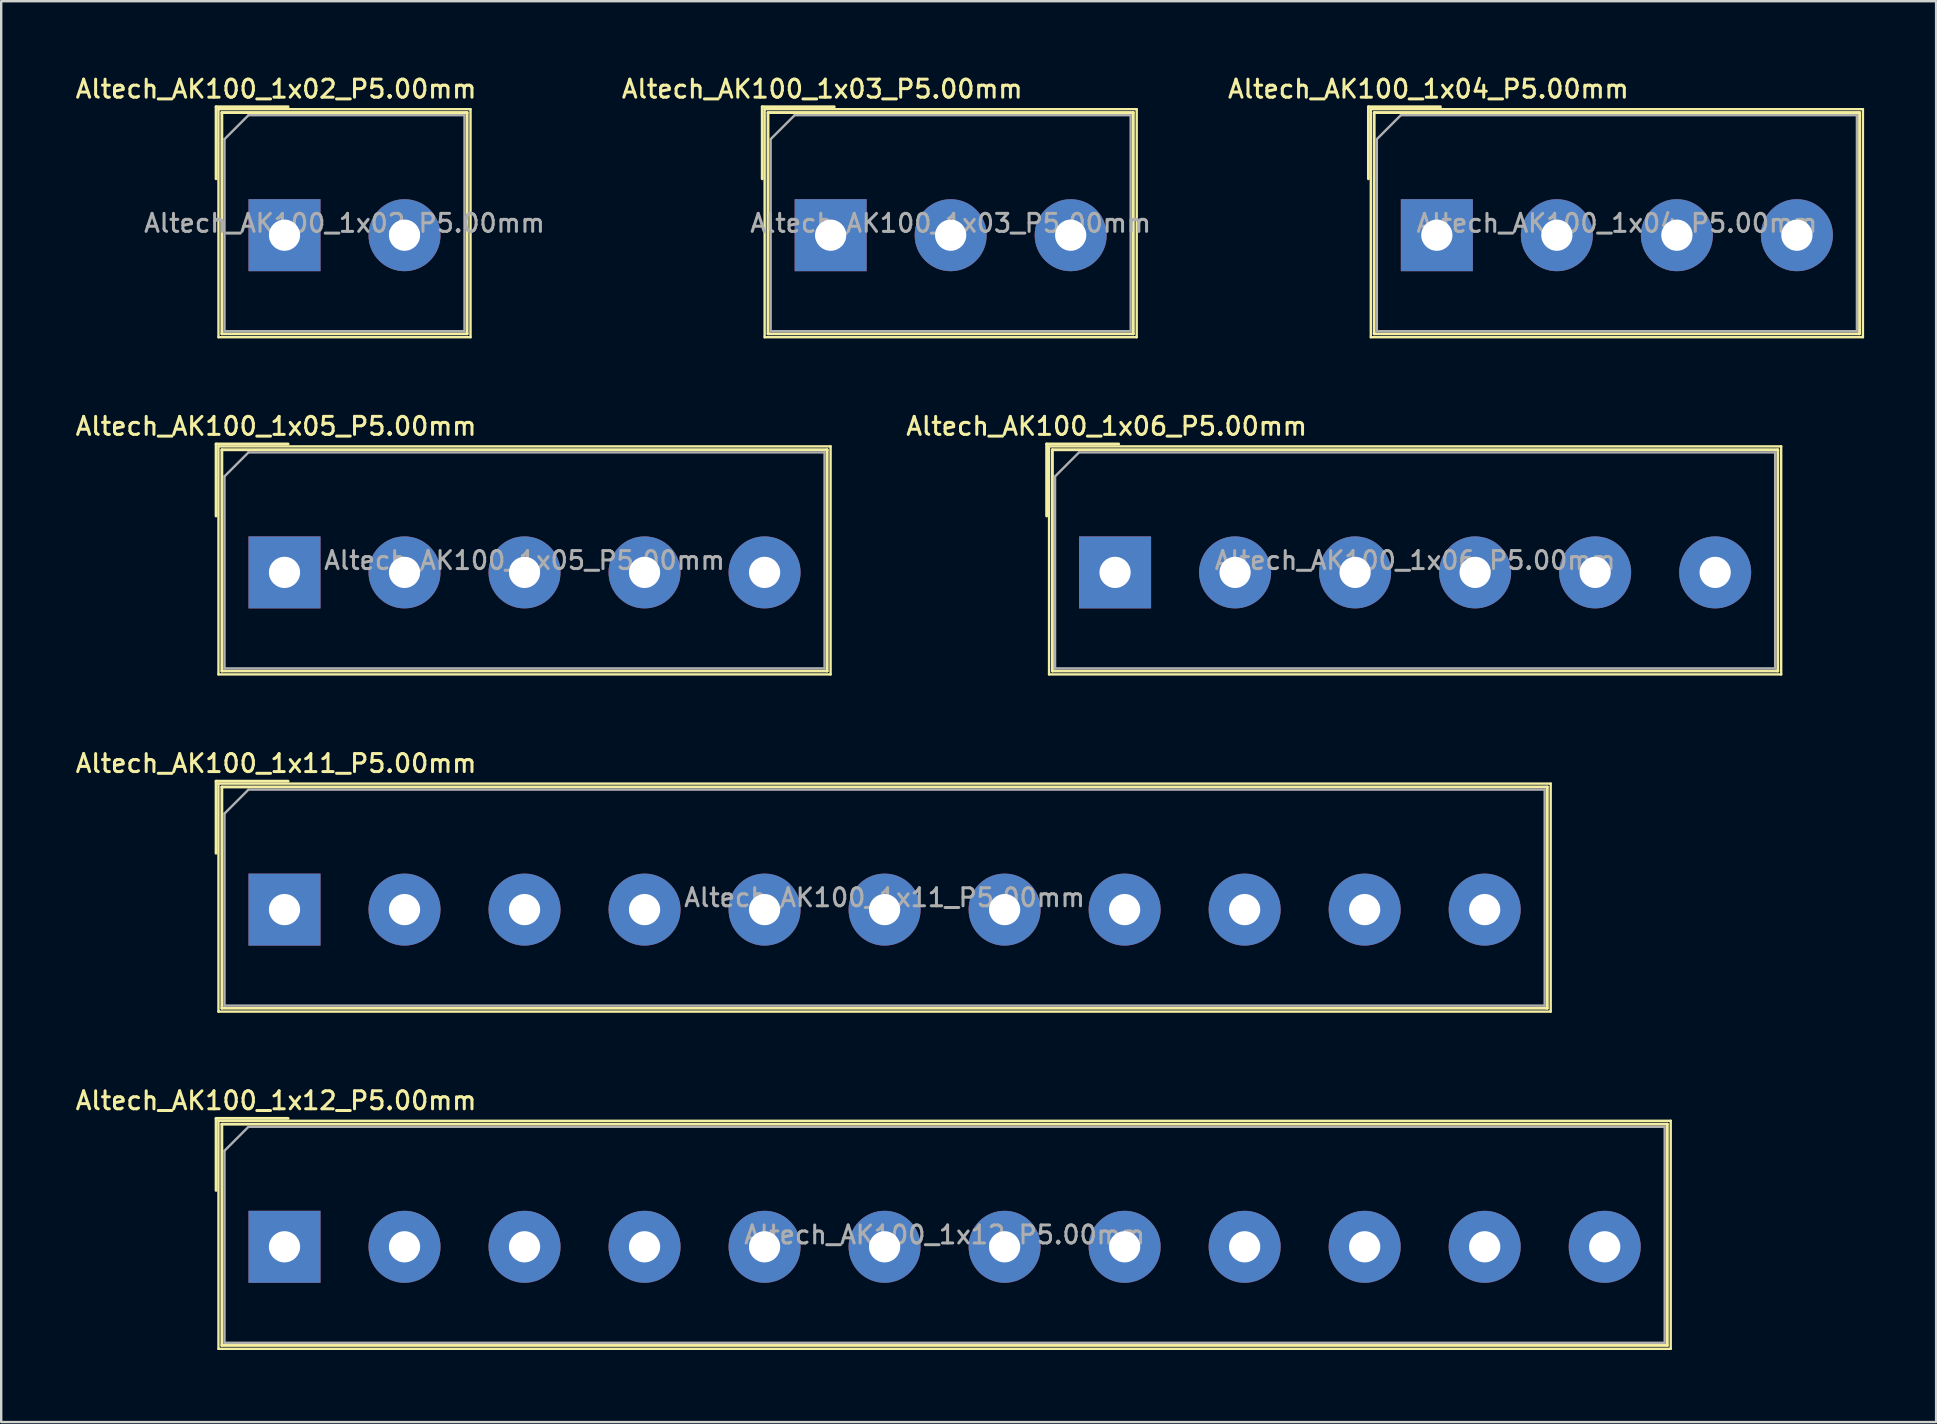
<source format=kicad_pcb>
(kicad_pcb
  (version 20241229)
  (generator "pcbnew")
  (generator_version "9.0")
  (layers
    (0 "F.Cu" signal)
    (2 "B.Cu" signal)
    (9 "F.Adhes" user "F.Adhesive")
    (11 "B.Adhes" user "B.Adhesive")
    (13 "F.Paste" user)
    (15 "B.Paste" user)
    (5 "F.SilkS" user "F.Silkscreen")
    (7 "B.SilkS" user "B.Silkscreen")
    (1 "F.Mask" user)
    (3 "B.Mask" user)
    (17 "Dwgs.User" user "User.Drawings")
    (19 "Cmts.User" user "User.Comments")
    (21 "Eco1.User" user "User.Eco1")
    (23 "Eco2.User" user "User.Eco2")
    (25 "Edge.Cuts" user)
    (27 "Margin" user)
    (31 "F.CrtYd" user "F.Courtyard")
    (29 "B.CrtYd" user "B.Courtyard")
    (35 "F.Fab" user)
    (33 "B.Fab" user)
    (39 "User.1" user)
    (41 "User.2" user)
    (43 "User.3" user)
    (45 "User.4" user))
  (footprint "Altech_AK100_1x02_P5.00mm"
    (layer "F.Cu")
    (at 8.802 6.748)
    (property "Reference" "Altech_AK100_1x02_P5.00mm" (at -0.35 -6.09 0) (layer "F.SilkS") (effects (font (size 0.75 0.75) (thickness 0.125))))
    (attr through_hole)
    (fp_line (start -2.85 -5.35) (end 0.15 -5.35) (stroke (width 0.12) (type solid)) (layer "F.SilkS"))
    (fp_line (start -2.85 -2.35) (end -2.85 -5.35) (stroke (width 0.12) (type solid)) (layer "F.SilkS"))
    (fp_line (start -2.75 -5.25) (end -2.75 4.25) (stroke (width 0.1) (type solid)) (layer "F.SilkS"))
    (fp_line (start -2.75 -5.25) (end 7.75 -5.25) (stroke (width 0.1) (type solid)) (layer "F.SilkS"))
    (fp_line (start -2.75 4.25) (end 7.75 4.25) (stroke (width 0.1) (type solid)) (layer "F.SilkS"))
    (fp_line (start -2.61 -5.11) (end -2.61 4.11) (stroke (width 0.12) (type solid)) (layer "F.SilkS"))
    (fp_line (start -2.61 -5.11) (end 7.61 -5.11) (stroke (width 0.12) (type solid)) (layer "F.SilkS"))
    (fp_line (start -2.61 4.11) (end 7.61 4.11) (stroke (width 0.12) (type solid)) (layer "F.SilkS"))
    (fp_line (start 7.61 -5.11) (end 7.61 4.11) (stroke (width 0.12) (type solid)) (layer "F.SilkS"))
    (fp_line (start 7.75 -5.25) (end 7.75 4.25) (stroke (width 0.1) (type solid)) (layer "F.SilkS"))
    (fp_line (start -2.5 -4) (end -1.5 -5) (stroke (width 0.1) (type solid)) (layer "F.Fab"))
    (fp_line (start -2.5 4) (end -2.5 -4) (stroke (width 0.1) (type solid)) (layer "F.Fab"))
    (fp_line (start -1.5 -5) (end 7.5 -5) (stroke (width 0.1) (type solid)) (layer "F.Fab"))
    (fp_line (start 7.5 -5) (end 7.5 4) (stroke (width 0.1) (type solid)) (layer "F.Fab"))
    (fp_line (start 7.5 4) (end -2.5 4) (stroke (width 0.1) (type solid)) (layer "F.Fab"))
    (fp_text user "${REFERENCE}" (at 2.5 -0.5 0) (layer "F.Fab") (effects (font (size 0.75 0.75) (thickness 0.125))))
    (pad "1" thru_hole rect (at 0 0) (size 3 3) (drill 1.3) (layers "*.Cu" "*.Mask"))
    (pad "2" thru_hole circle (at 5 0) (size 3 3) (drill 1.3) (layers "*.Cu" "*.Mask")))
  (footprint "Altech_AK100_1x04_P5.00mm"
    (layer "F.Cu")
    (at 56.809 6.748)
    (property "Reference" "Altech_AK100_1x04_P5.00mm" (at -0.35 -6.09 0) (layer "F.SilkS") (effects (font (size 0.75 0.75) (thickness 0.125))))
    (attr through_hole)
    (fp_line (start -2.85 -5.35) (end 0.15 -5.35) (stroke (width 0.12) (type solid)) (layer "F.SilkS"))
    (fp_line (start -2.85 -2.35) (end -2.85 -5.35) (stroke (width 0.12) (type solid)) (layer "F.SilkS"))
    (fp_line (start -2.75 -5.25) (end -2.75 4.25) (stroke (width 0.1) (type solid)) (layer "F.SilkS"))
    (fp_line (start -2.75 -5.25) (end 17.75 -5.25) (stroke (width 0.1) (type solid)) (layer "F.SilkS"))
    (fp_line (start -2.75 4.25) (end 17.75 4.25) (stroke (width 0.1) (type solid)) (layer "F.SilkS"))
    (fp_line (start -2.61 -5.11) (end -2.61 4.11) (stroke (width 0.12) (type solid)) (layer "F.SilkS"))
    (fp_line (start -2.61 -5.11) (end 17.61 -5.11) (stroke (width 0.12) (type solid)) (layer "F.SilkS"))
    (fp_line (start -2.61 4.11) (end 17.61 4.11) (stroke (width 0.12) (type solid)) (layer "F.SilkS"))
    (fp_line (start 17.61 -5.11) (end 17.61 4.11) (stroke (width 0.12) (type solid)) (layer "F.SilkS"))
    (fp_line (start 17.75 -5.25) (end 17.75 4.25) (stroke (width 0.1) (type solid)) (layer "F.SilkS"))
    (fp_line (start -2.5 -4) (end -1.5 -5) (stroke (width 0.1) (type solid)) (layer "F.Fab"))
    (fp_line (start -2.5 4) (end -2.5 -4) (stroke (width 0.1) (type solid)) (layer "F.Fab"))
    (fp_line (start -1.5 -5) (end 17.5 -5) (stroke (width 0.1) (type solid)) (layer "F.Fab"))
    (fp_line (start 17.5 -5) (end 17.5 4) (stroke (width 0.1) (type solid)) (layer "F.Fab"))
    (fp_line (start 17.5 4) (end -2.5 4) (stroke (width 0.1) (type solid)) (layer "F.Fab"))
    (fp_text user "${REFERENCE}" (at 7.5 -0.5 0) (layer "F.Fab") (effects (font (size 0.75 0.75) (thickness 0.125))))
    (pad "1" thru_hole rect (at 0 0) (size 3 3) (drill 1.3) (layers "*.Cu" "*.Mask"))
    (pad "2" thru_hole circle (at 5 0) (size 3 3) (drill 1.3) (layers "*.Cu" "*.Mask"))
    (pad "3" thru_hole circle (at 10 0) (size 3 3) (drill 1.3) (layers "*.Cu" "*.Mask"))
    (pad "4" thru_hole circle (at 15 0) (size 3 3) (drill 1.3) (layers "*.Cu" "*.Mask")))
  (footprint "Altech_AK100_1x11_P5.00mm"
    (layer "F.Cu")
    (at 8.802 34.844)
    (property "Reference" "Altech_AK100_1x11_P5.00mm" (at -0.35 -6.09 0) (layer "F.SilkS") (effects (font (size 0.75 0.75) (thickness 0.125))))
    (attr through_hole)
    (fp_line (start -2.85 -5.35) (end 0.15 -5.35) (stroke (width 0.12) (type solid)) (layer "F.SilkS"))
    (fp_line (start -2.85 -2.35) (end -2.85 -5.35) (stroke (width 0.12) (type solid)) (layer "F.SilkS"))
    (fp_line (start -2.75 -5.25) (end -2.75 4.25) (stroke (width 0.1) (type solid)) (layer "F.SilkS"))
    (fp_line (start -2.75 -5.25) (end 52.75 -5.25) (stroke (width 0.1) (type solid)) (layer "F.SilkS"))
    (fp_line (start -2.75 4.25) (end 52.75 4.25) (stroke (width 0.1) (type solid)) (layer "F.SilkS"))
    (fp_line (start -2.61 -5.11) (end -2.61 4.11) (stroke (width 0.12) (type solid)) (layer "F.SilkS"))
    (fp_line (start -2.61 -5.11) (end 52.61 -5.11) (stroke (width 0.12) (type solid)) (layer "F.SilkS"))
    (fp_line (start -2.61 4.11) (end 52.61 4.11) (stroke (width 0.12) (type solid)) (layer "F.SilkS"))
    (fp_line (start 52.61 -5.11) (end 52.61 4.11) (stroke (width 0.12) (type solid)) (layer "F.SilkS"))
    (fp_line (start 52.75 -5.25) (end 52.75 4.25) (stroke (width 0.1) (type solid)) (layer "F.SilkS"))
    (fp_line (start -2.5 -4) (end -1.5 -5) (stroke (width 0.1) (type solid)) (layer "F.Fab"))
    (fp_line (start -2.5 4) (end -2.5 -4) (stroke (width 0.1) (type solid)) (layer "F.Fab"))
    (fp_line (start -1.5 -5) (end 52.5 -5) (stroke (width 0.1) (type solid)) (layer "F.Fab"))
    (fp_line (start 52.5 -5) (end 52.5 4) (stroke (width 0.1) (type solid)) (layer "F.Fab"))
    (fp_line (start 52.5 4) (end -2.5 4) (stroke (width 0.1) (type solid)) (layer "F.Fab"))
    (fp_text user "${REFERENCE}" (at 25 -0.5 0) (layer "F.Fab") (effects (font (size 0.75 0.75) (thickness 0.125))))
    (pad "1" thru_hole rect (at 0 0) (size 3 3) (drill 1.3) (layers "*.Cu" "*.Mask"))
    (pad "2" thru_hole circle (at 5 0) (size 3 3) (drill 1.3) (layers "*.Cu" "*.Mask"))
    (pad "3" thru_hole circle (at 10 0) (size 3 3) (drill 1.3) (layers "*.Cu" "*.Mask"))
    (pad "4" thru_hole circle (at 15 0) (size 3 3) (drill 1.3) (layers "*.Cu" "*.Mask"))
    (pad "5" thru_hole circle (at 20 0) (size 3 3) (drill 1.3) (layers "*.Cu" "*.Mask"))
    (pad "6" thru_hole circle (at 25 0) (size 3 3) (drill 1.3) (layers "*.Cu" "*.Mask"))
    (pad "7" thru_hole circle (at 30 0) (size 3 3) (drill 1.3) (layers "*.Cu" "*.Mask"))
    (pad "8" thru_hole circle (at 35 0) (size 3 3) (drill 1.3) (layers "*.Cu" "*.Mask"))
    (pad "9" thru_hole circle (at 40 0) (size 3 3) (drill 1.3) (layers "*.Cu" "*.Mask"))
    (pad "10" thru_hole circle (at 45 0) (size 3 3) (drill 1.3) (layers "*.Cu" "*.Mask"))
    (pad "11" thru_hole circle (at 50 0) (size 3 3) (drill 1.3) (layers "*.Cu" "*.Mask")))
  (footprint "Altech_AK100_1x12_P5.00mm"
    (layer "F.Cu")
    (at 8.802 48.892)
    (property "Reference" "Altech_AK100_1x12_P5.00mm" (at -0.35 -6.09 0) (layer "F.SilkS") (effects (font (size 0.75 0.75) (thickness 0.125))))
    (attr through_hole)
    (fp_line (start -2.85 -5.35) (end 0.15 -5.35) (stroke (width 0.12) (type solid)) (layer "F.SilkS"))
    (fp_line (start -2.85 -2.35) (end -2.85 -5.35) (stroke (width 0.12) (type solid)) (layer "F.SilkS"))
    (fp_line (start -2.75 -5.25) (end -2.75 4.25) (stroke (width 0.1) (type solid)) (layer "F.SilkS"))
    (fp_line (start -2.75 -5.25) (end 57.75 -5.25) (stroke (width 0.1) (type solid)) (layer "F.SilkS"))
    (fp_line (start -2.75 4.25) (end 57.75 4.25) (stroke (width 0.1) (type solid)) (layer "F.SilkS"))
    (fp_line (start -2.61 -5.11) (end -2.61 4.11) (stroke (width 0.12) (type solid)) (layer "F.SilkS"))
    (fp_line (start -2.61 -5.11) (end 57.61 -5.11) (stroke (width 0.12) (type solid)) (layer "F.SilkS"))
    (fp_line (start -2.61 4.11) (end 57.61 4.11) (stroke (width 0.12) (type solid)) (layer "F.SilkS"))
    (fp_line (start 57.61 -5.11) (end 57.61 4.11) (stroke (width 0.12) (type solid)) (layer "F.SilkS"))
    (fp_line (start 57.75 -5.25) (end 57.75 4.25) (stroke (width 0.1) (type solid)) (layer "F.SilkS"))
    (fp_line (start -2.5 -4) (end -1.5 -5) (stroke (width 0.1) (type solid)) (layer "F.Fab"))
    (fp_line (start -2.5 4) (end -2.5 -4) (stroke (width 0.1) (type solid)) (layer "F.Fab"))
    (fp_line (start -1.5 -5) (end 57.5 -5) (stroke (width 0.1) (type solid)) (layer "F.Fab"))
    (fp_line (start 57.5 -5) (end 57.5 4) (stroke (width 0.1) (type solid)) (layer "F.Fab"))
    (fp_line (start 57.5 4) (end -2.5 4) (stroke (width 0.1) (type solid)) (layer "F.Fab"))
    (fp_text user "${REFERENCE}" (at 27.5 -0.5 0) (layer "F.Fab") (effects (font (size 0.75 0.75) (thickness 0.125))))
    (pad "1" thru_hole rect (at 0 0) (size 3 3) (drill 1.3) (layers "*.Cu" "*.Mask"))
    (pad "2" thru_hole circle (at 5 0) (size 3 3) (drill 1.3) (layers "*.Cu" "*.Mask"))
    (pad "3" thru_hole circle (at 10 0) (size 3 3) (drill 1.3) (layers "*.Cu" "*.Mask"))
    (pad "4" thru_hole circle (at 15 0) (size 3 3) (drill 1.3) (layers "*.Cu" "*.Mask"))
    (pad "5" thru_hole circle (at 20 0) (size 3 3) (drill 1.3) (layers "*.Cu" "*.Mask"))
    (pad "6" thru_hole circle (at 25 0) (size 3 3) (drill 1.3) (layers "*.Cu" "*.Mask"))
    (pad "7" thru_hole circle (at 30 0) (size 3 3) (drill 1.3) (layers "*.Cu" "*.Mask"))
    (pad "8" thru_hole circle (at 35 0) (size 3 3) (drill 1.3) (layers "*.Cu" "*.Mask"))
    (pad "9" thru_hole circle (at 40 0) (size 3 3) (drill 1.3) (layers "*.Cu" "*.Mask"))
    (pad "10" thru_hole circle (at 45 0) (size 3 3) (drill 1.3) (layers "*.Cu" "*.Mask"))
    (pad "11" thru_hole circle (at 50 0) (size 3 3) (drill 1.3) (layers "*.Cu" "*.Mask"))
    (pad "12" thru_hole circle (at 55 0) (size 3 3) (drill 1.3) (layers "*.Cu" "*.Mask")))
  (footprint "Altech_AK100_1x06_P5.00mm"
    (layer "F.Cu")
    (at 43.404 20.796)
    (property "Reference" "Altech_AK100_1x06_P5.00mm" (at -0.35 -6.09 0) (layer "F.SilkS") (effects (font (size 0.75 0.75) (thickness 0.125))))
    (attr through_hole)
    (fp_line (start -2.85 -5.35) (end 0.15 -5.35) (stroke (width 0.12) (type solid)) (layer "F.SilkS"))
    (fp_line (start -2.85 -2.35) (end -2.85 -5.35) (stroke (width 0.12) (type solid)) (layer "F.SilkS"))
    (fp_line (start -2.75 -5.25) (end -2.75 4.25) (stroke (width 0.1) (type solid)) (layer "F.SilkS"))
    (fp_line (start -2.75 -5.25) (end 27.75 -5.25) (stroke (width 0.1) (type solid)) (layer "F.SilkS"))
    (fp_line (start -2.75 4.25) (end 27.75 4.25) (stroke (width 0.1) (type solid)) (layer "F.SilkS"))
    (fp_line (start -2.61 -5.11) (end -2.61 4.11) (stroke (width 0.12) (type solid)) (layer "F.SilkS"))
    (fp_line (start -2.61 -5.11) (end 27.61 -5.11) (stroke (width 0.12) (type solid)) (layer "F.SilkS"))
    (fp_line (start -2.61 4.11) (end 27.61 4.11) (stroke (width 0.12) (type solid)) (layer "F.SilkS"))
    (fp_line (start 27.61 -5.11) (end 27.61 4.11) (stroke (width 0.12) (type solid)) (layer "F.SilkS"))
    (fp_line (start 27.75 -5.25) (end 27.75 4.25) (stroke (width 0.1) (type solid)) (layer "F.SilkS"))
    (fp_line (start -2.5 -4) (end -1.5 -5) (stroke (width 0.1) (type solid)) (layer "F.Fab"))
    (fp_line (start -2.5 4) (end -2.5 -4) (stroke (width 0.1) (type solid)) (layer "F.Fab"))
    (fp_line (start -1.5 -5) (end 27.5 -5) (stroke (width 0.1) (type solid)) (layer "F.Fab"))
    (fp_line (start 27.5 -5) (end 27.5 4) (stroke (width 0.1) (type solid)) (layer "F.Fab"))
    (fp_line (start 27.5 4) (end -2.5 4) (stroke (width 0.1) (type solid)) (layer "F.Fab"))
    (fp_text user "${REFERENCE}" (at 12.5 -0.5 0) (layer "F.Fab") (effects (font (size 0.75 0.75) (thickness 0.125))))
    (pad "1" thru_hole rect (at 0 0) (size 3 3) (drill 1.3) (layers "*.Cu" "*.Mask"))
    (pad "2" thru_hole circle (at 5 0) (size 3 3) (drill 1.3) (layers "*.Cu" "*.Mask"))
    (pad "3" thru_hole circle (at 10 0) (size 3 3) (drill 1.3) (layers "*.Cu" "*.Mask"))
    (pad "4" thru_hole circle (at 15 0) (size 3 3) (drill 1.3) (layers "*.Cu" "*.Mask"))
    (pad "5" thru_hole circle (at 20 0) (size 3 3) (drill 1.3) (layers "*.Cu" "*.Mask"))
    (pad "6" thru_hole circle (at 25 0) (size 3 3) (drill 1.3) (layers "*.Cu" "*.Mask")))
  (footprint "Altech_AK100_1x05_P5.00mm"
    (layer "F.Cu")
    (at 8.802 20.796)
    (property "Reference" "Altech_AK100_1x05_P5.00mm" (at -0.35 -6.09 0) (layer "F.SilkS") (effects (font (size 0.75 0.75) (thickness 0.125))))
    (attr through_hole)
    (fp_line (start -2.85 -5.35) (end 0.15 -5.35) (stroke (width 0.12) (type solid)) (layer "F.SilkS"))
    (fp_line (start -2.85 -2.35) (end -2.85 -5.35) (stroke (width 0.12) (type solid)) (layer "F.SilkS"))
    (fp_line (start -2.75 -5.25) (end -2.75 4.25) (stroke (width 0.1) (type solid)) (layer "F.SilkS"))
    (fp_line (start -2.75 -5.25) (end 22.75 -5.25) (stroke (width 0.1) (type solid)) (layer "F.SilkS"))
    (fp_line (start -2.75 4.25) (end 22.75 4.25) (stroke (width 0.1) (type solid)) (layer "F.SilkS"))
    (fp_line (start -2.61 -5.11) (end -2.61 4.11) (stroke (width 0.12) (type solid)) (layer "F.SilkS"))
    (fp_line (start -2.61 -5.11) (end 22.61 -5.11) (stroke (width 0.12) (type solid)) (layer "F.SilkS"))
    (fp_line (start -2.61 4.11) (end 22.61 4.11) (stroke (width 0.12) (type solid)) (layer "F.SilkS"))
    (fp_line (start 22.61 -5.11) (end 22.61 4.11) (stroke (width 0.12) (type solid)) (layer "F.SilkS"))
    (fp_line (start 22.75 -5.25) (end 22.75 4.25) (stroke (width 0.1) (type solid)) (layer "F.SilkS"))
    (fp_line (start -2.5 -4) (end -1.5 -5) (stroke (width 0.1) (type solid)) (layer "F.Fab"))
    (fp_line (start -2.5 4) (end -2.5 -4) (stroke (width 0.1) (type solid)) (layer "F.Fab"))
    (fp_line (start -1.5 -5) (end 22.5 -5) (stroke (width 0.1) (type solid)) (layer "F.Fab"))
    (fp_line (start 22.5 -5) (end 22.5 4) (stroke (width 0.1) (type solid)) (layer "F.Fab"))
    (fp_line (start 22.5 4) (end -2.5 4) (stroke (width 0.1) (type solid)) (layer "F.Fab"))
    (fp_text user "${REFERENCE}" (at 10 -0.5 0) (layer "F.Fab") (effects (font (size 0.75 0.75) (thickness 0.125))))
    (pad "1" thru_hole rect (at 0 0) (size 3 3) (drill 1.3) (layers "*.Cu" "*.Mask"))
    (pad "2" thru_hole circle (at 5 0) (size 3 3) (drill 1.3) (layers "*.Cu" "*.Mask"))
    (pad "3" thru_hole circle (at 10 0) (size 3 3) (drill 1.3) (layers "*.Cu" "*.Mask"))
    (pad "4" thru_hole circle (at 15 0) (size 3 3) (drill 1.3) (layers "*.Cu" "*.Mask"))
    (pad "5" thru_hole circle (at 20 0) (size 3 3) (drill 1.3) (layers "*.Cu" "*.Mask")))
  (footprint "Altech_AK100_1x03_P5.00mm"
    (layer "F.Cu")
    (at 31.555 6.748)
    (property "Reference" "Altech_AK100_1x03_P5.00mm" (at -0.35 -6.09 0) (layer "F.SilkS") (effects (font (size 0.75 0.75) (thickness 0.125))))
    (attr through_hole)
    (fp_line (start -2.85 -5.35) (end 0.15 -5.35) (stroke (width 0.12) (type solid)) (layer "F.SilkS"))
    (fp_line (start -2.85 -2.35) (end -2.85 -5.35) (stroke (width 0.12) (type solid)) (layer "F.SilkS"))
    (fp_line (start -2.75 -5.25) (end -2.75 4.25) (stroke (width 0.1) (type solid)) (layer "F.SilkS"))
    (fp_line (start -2.75 -5.25) (end 12.75 -5.25) (stroke (width 0.1) (type solid)) (layer "F.SilkS"))
    (fp_line (start -2.75 4.25) (end 12.75 4.25) (stroke (width 0.1) (type solid)) (layer "F.SilkS"))
    (fp_line (start -2.61 -5.11) (end -2.61 4.11) (stroke (width 0.12) (type solid)) (layer "F.SilkS"))
    (fp_line (start -2.61 -5.11) (end 12.61 -5.11) (stroke (width 0.12) (type solid)) (layer "F.SilkS"))
    (fp_line (start -2.61 4.11) (end 12.61 4.11) (stroke (width 0.12) (type solid)) (layer "F.SilkS"))
    (fp_line (start 12.61 -5.11) (end 12.61 4.11) (stroke (width 0.12) (type solid)) (layer "F.SilkS"))
    (fp_line (start 12.75 -5.25) (end 12.75 4.25) (stroke (width 0.1) (type solid)) (layer "F.SilkS"))
    (fp_line (start -2.5 -4) (end -1.5 -5) (stroke (width 0.1) (type solid)) (layer "F.Fab"))
    (fp_line (start -2.5 4) (end -2.5 -4) (stroke (width 0.1) (type solid)) (layer "F.Fab"))
    (fp_line (start -1.5 -5) (end 12.5 -5) (stroke (width 0.1) (type solid)) (layer "F.Fab"))
    (fp_line (start 12.5 -5) (end 12.5 4) (stroke (width 0.1) (type solid)) (layer "F.Fab"))
    (fp_line (start 12.5 4) (end -2.5 4) (stroke (width 0.1) (type solid)) (layer "F.Fab"))
    (fp_text user "${REFERENCE}" (at 5 -0.5 0) (layer "F.Fab") (effects (font (size 0.75 0.75) (thickness 0.125))))
    (pad "1" thru_hole rect (at 0 0) (size 3 3) (drill 1.3) (layers "*.Cu" "*.Mask"))
    (pad "2" thru_hole circle (at 5 0) (size 3 3) (drill 1.3) (layers "*.Cu" "*.Mask"))
    (pad "3" thru_hole circle (at 10 0) (size 3 3) (drill 1.3) (layers "*.Cu" "*.Mask")))
  (gr_rect
    (start -3 -3)
    (end 77.609 56.193)
    (stroke (width 0.1) (type default))
    (fill no)
    (layer "Edge.Cuts")))
</source>
